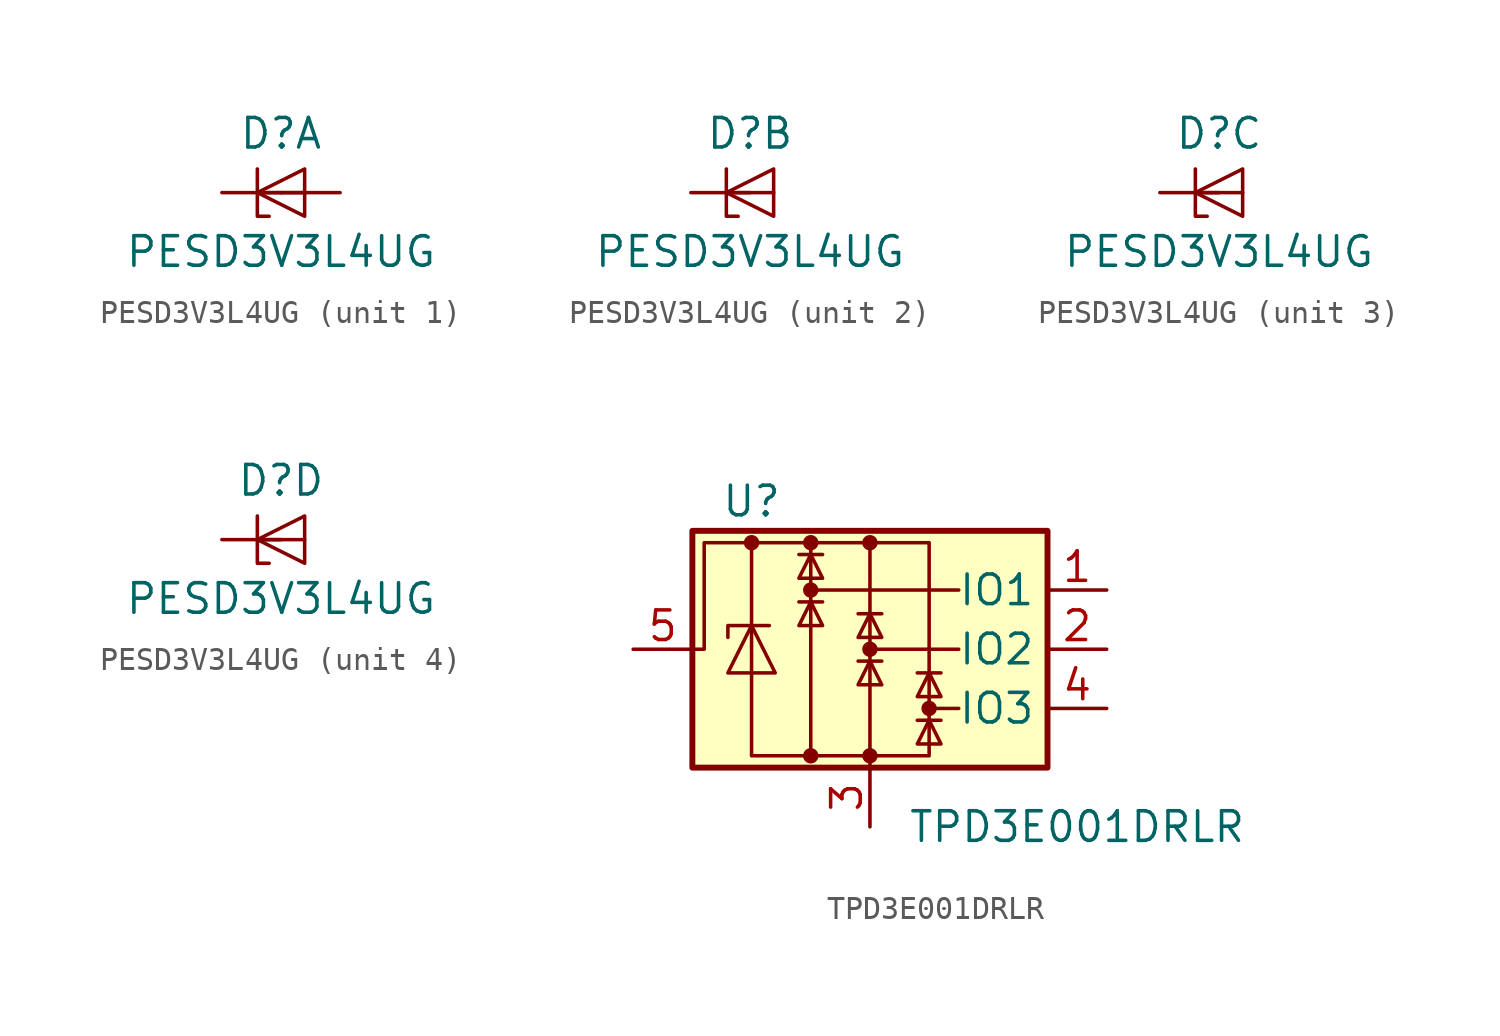
<source format=kicad_sym>
(kicad_symbol_lib
  (version 20220914)
  (generator kicad_symbol_editor)
  (symbol "PESD3V3L4UG"
    (pin_numbers hide)
    (pin_names hide)
    (property "Reference" "D"
      (at 0 2.54 0)
      (effects (font (size 1.27 1.27))))
    (property "Value" "PESD3V3L4UG"
      (at 0 -2.54 0)
      (effects (font (size 1.27 1.27))))
    (property "ki_locked" ""
      (at 0 0 0)
      (effects (font (size 1.27 1.27))))
    (symbol "PESD3V3L4UG_0_1"
      (polyline (pts (xy -1.016 0) (xy 1.016 0)) (stroke (width 0) (type default)) (fill (type none)))
      (polyline (pts (xy -1.016 1.016) (xy -1.016 -1.016) (xy -0.508 -1.016)) (stroke (width 0) (type default)) (fill (type none)))
      (polyline (pts (xy 1.016 1.016) (xy -1.016 0) (xy 1.016 -1.016) (xy 1.016 1.016)) (stroke (width 0) (type default)) (fill (type none))))
    (symbol "PESD3V3L4UG_1_1"
      (pin passive line (at -2.54 0 0) (length 2.54) (name "K1" (effects (font (size 1.27 1.27)))) (number "1" (effects (font (size 1.27 1.27)))))
      (pin passive line (at 2.54 0 180) (length 2.54) (name "A" (effects (font (size 1.27 1.27)))) (number "2" (effects (font (size 1.27 1.27))))))
    (symbol "PESD3V3L4UG_2_1"
      (pin passive line (at -2.54 0 0) (length 2.54) (name "K2" (effects (font (size 1.27 1.27)))) (number "3" (effects (font (size 1.27 1.27))))))
    (symbol "PESD3V3L4UG_3_1"
      (pin passive line (at -2.54 0 0) (length 2.54) (name "K3" (effects (font (size 1.27 1.27)))) (number "4" (effects (font (size 1.27 1.27))))))
    (symbol "PESD3V3L4UG_4_1"
      (pin passive line (at -2.54 0 0) (length 2.54) (name "K4" (effects (font (size 1.27 1.27)))) (number "5" (effects (font (size 1.27 1.27)))))))
  (symbol "TPD3E001DRLR"
    (property "Reference" "U"
      (at -5.08 6.35 0)
      (effects (font (size 1.27 1.27))))
    (property "Value" "TPD3E001DRLR"
      (at 8.89 -7.62 0)
      (effects (font (size 1.27 1.27))))
    (symbol "TPD3E001DRLR_0_1"
      (rectangle (start -7.62 5.08) (end 7.62 -5.08) (stroke (width 0.254) (type default)) (fill (type background)))
      (circle (center -5.08 4.572) (radius 0.254) (stroke (width 0) (type default)) (fill (type outline)))
      (circle (center -2.54 -4.572) (radius 0.254) (stroke (width 0) (type default)) (fill (type outline)))
      (circle (center -2.54 2.54) (radius 0.254) (stroke (width 0) (type default)) (fill (type outline)))
      (circle (center -2.54 4.572) (radius 0.254) (stroke (width 0) (type default)) (fill (type outline)))
      (circle (center 0 -4.572) (radius 0.254) (stroke (width 0) (type default)) (fill (type outline)))
      (polyline (pts (xy -2.54 2.54) (xy 3.81 2.54)) (stroke (width 0) (type default)) (fill (type none)))
      (polyline (pts (xy -2.54 4.572) (xy -2.54 -4.572)) (stroke (width 0) (type default)) (fill (type none)))
      (polyline (pts (xy -2.032 2.032) (xy -3.048 2.032)) (stroke (width 0) (type default)) (fill (type none)))
      (polyline (pts (xy -2.032 4.064) (xy -3.048 4.064)) (stroke (width 0) (type default)) (fill (type none)))
      (polyline (pts (xy 0 -5.08) (xy 0 4.572)) (stroke (width 0) (type default)) (fill (type none)))
      (polyline (pts (xy 0 0) (xy 3.81 0)) (stroke (width 0) (type default)) (fill (type none)))
      (polyline (pts (xy 0.508 -0.508) (xy -0.508 -0.508)) (stroke (width 0) (type default)) (fill (type none)))
      (polyline (pts (xy 0.508 1.524) (xy -0.508 1.524)) (stroke (width 0) (type default)) (fill (type none)))
      (polyline (pts (xy 2.54 -2.54) (xy 3.81 -2.54)) (stroke (width 0) (type default)) (fill (type none)))
      (polyline (pts (xy 3.048 -3.048) (xy 2.032 -3.048)) (stroke (width 0) (type default)) (fill (type none)))
      (polyline (pts (xy 3.048 -1.016) (xy 2.032 -1.016)) (stroke (width 0) (type default)) (fill (type none)))
      (polyline (pts (xy -4.318 1.016) (xy -6.096 1.016) (xy -6.096 0.508)) (stroke (width 0) (type default)) (fill (type none)))
      (polyline (pts (xy -7.62 0) (xy -7.112 0) (xy -7.112 4.572) (xy -5.08 4.572)) (stroke (width 0) (type default)) (fill (type none)))
      (polyline (pts (xy -5.08 1.016) (xy -6.096 -1.016) (xy -4.064 -1.016) (xy -5.08 1.016)) (stroke (width 0) (type default)) (fill (type none)))
      (polyline (pts (xy -2.54 2.032) (xy -3.048 1.016) (xy -2.032 1.016) (xy -2.54 2.032)) (stroke (width 0) (type default)) (fill (type none)))
      (polyline (pts (xy -2.54 4.064) (xy -3.048 3.048) (xy -2.032 3.048) (xy -2.54 4.064)) (stroke (width 0) (type default)) (fill (type none)))
      (polyline (pts (xy 0 -0.508) (xy -0.508 -1.524) (xy 0.508 -1.524) (xy 0 -0.508)) (stroke (width 0) (type default)) (fill (type none)))
      (polyline (pts (xy 0 1.524) (xy -0.508 0.508) (xy 0.508 0.508) (xy 0 1.524)) (stroke (width 0) (type default)) (fill (type none)))
      (polyline (pts (xy 2.54 -3.048) (xy 2.032 -4.064) (xy 3.048 -4.064) (xy 2.54 -3.048)) (stroke (width 0) (type default)) (fill (type none)))
      (polyline (pts (xy 2.54 -1.016) (xy 2.032 -2.032) (xy 3.048 -2.032) (xy 2.54 -1.016)) (stroke (width 0) (type default)) (fill (type none)))
      (circle (center 0 0) (radius 0.254) (stroke (width 0) (type default)) (fill (type outline)))
      (circle (center 0 4.572) (radius 0.254) (stroke (width 0) (type default)) (fill (type outline)))
      (rectangle (start 2.54 -4.572) (end -5.08 4.572) (stroke (width 0) (type default)) (fill (type none)))
      (circle (center 2.54 -2.54) (radius 0.254) (stroke (width 0) (type default)) (fill (type outline))))
    (symbol "TPD3E001DRLR_1_1"
      (pin passive line (at 10.16 2.54 180) (length 2.54) (name "IO1" (effects (font (size 1.27 1.27)))) (number "1" (effects (font (size 1.27 1.27)))))
      (pin passive line (at 10.16 0 180) (length 2.54) (name "IO2" (effects (font (size 1.27 1.27)))) (number "2" (effects (font (size 1.27 1.27)))))
      (pin passive line (at 0 -7.62 90) (length 2.54) (name "~" (effects (font (size 1.27 1.27)))) (number "3" (effects (font (size 1.27 1.27)))))
      (pin passive line (at 10.16 -2.54 180) (length 2.54) (name "IO3" (effects (font (size 1.27 1.27)))) (number "4" (effects (font (size 1.27 1.27)))))
      (pin passive line (at -10.16 0 0) (length 2.54) (name "~" (effects (font (size 1.27 1.27)))) (number "5" (effects (font (size 1.27 1.27))))))))
</source>
